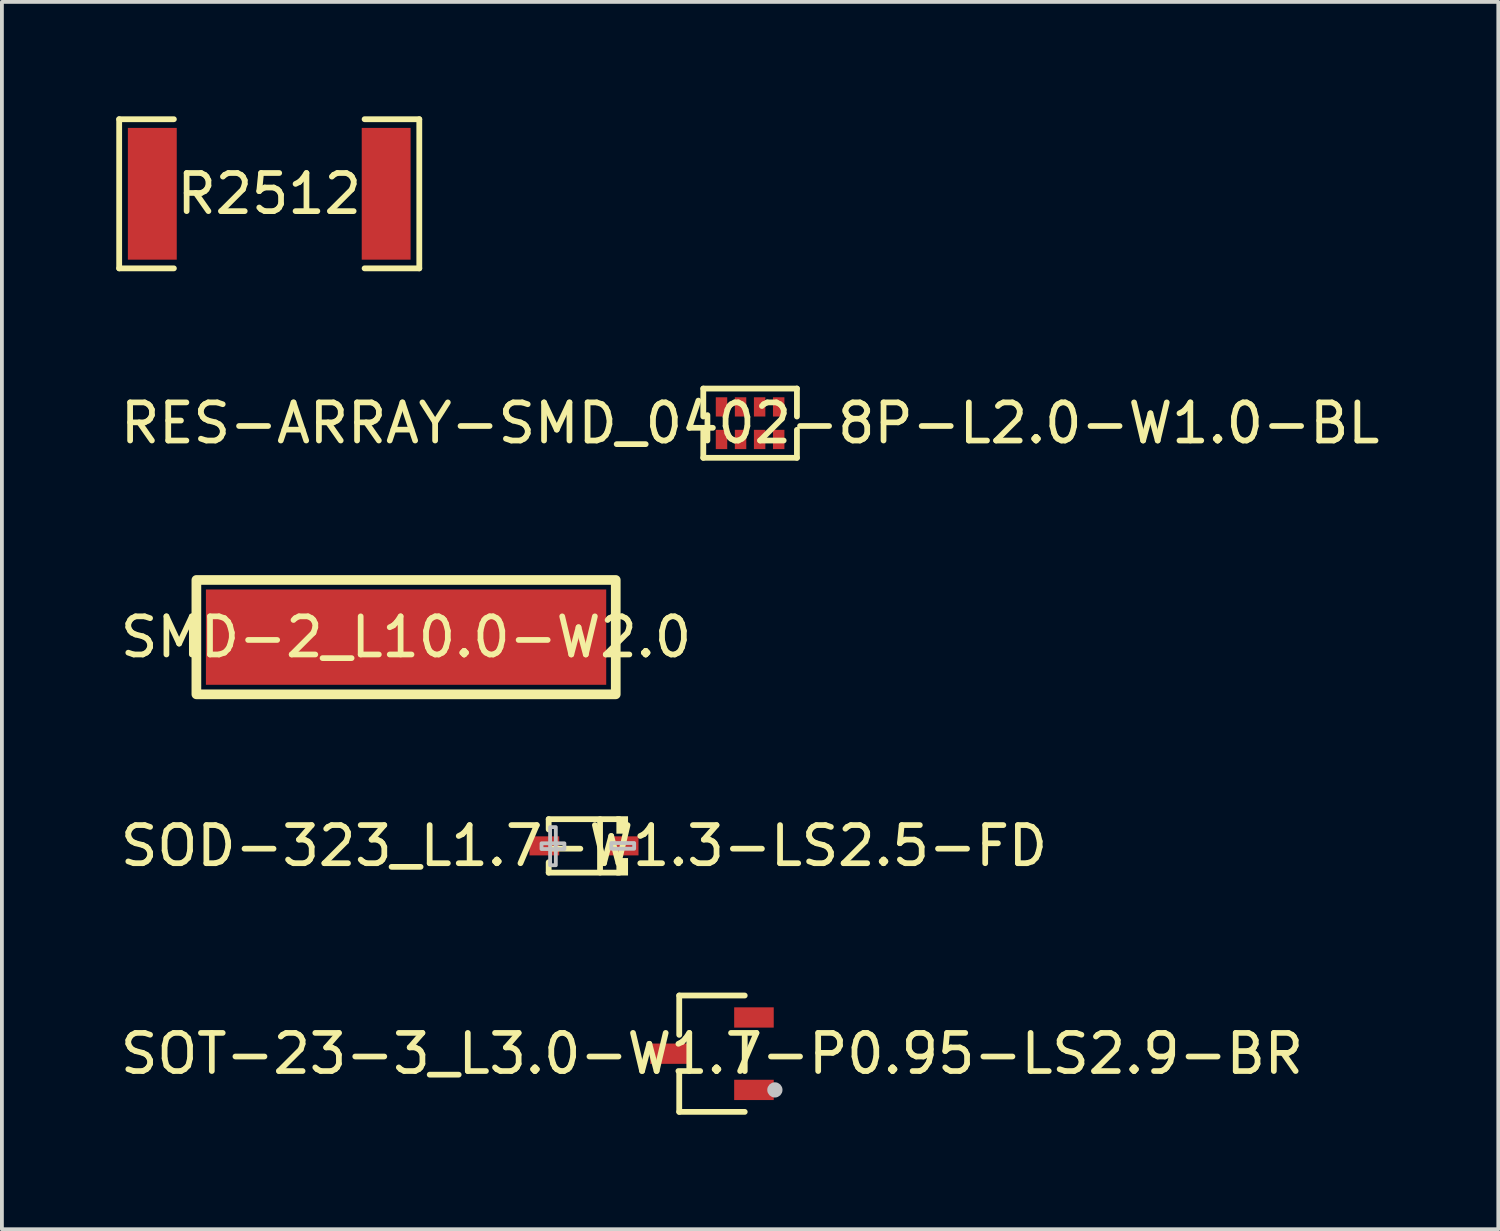
<source format=kicad_pcb>
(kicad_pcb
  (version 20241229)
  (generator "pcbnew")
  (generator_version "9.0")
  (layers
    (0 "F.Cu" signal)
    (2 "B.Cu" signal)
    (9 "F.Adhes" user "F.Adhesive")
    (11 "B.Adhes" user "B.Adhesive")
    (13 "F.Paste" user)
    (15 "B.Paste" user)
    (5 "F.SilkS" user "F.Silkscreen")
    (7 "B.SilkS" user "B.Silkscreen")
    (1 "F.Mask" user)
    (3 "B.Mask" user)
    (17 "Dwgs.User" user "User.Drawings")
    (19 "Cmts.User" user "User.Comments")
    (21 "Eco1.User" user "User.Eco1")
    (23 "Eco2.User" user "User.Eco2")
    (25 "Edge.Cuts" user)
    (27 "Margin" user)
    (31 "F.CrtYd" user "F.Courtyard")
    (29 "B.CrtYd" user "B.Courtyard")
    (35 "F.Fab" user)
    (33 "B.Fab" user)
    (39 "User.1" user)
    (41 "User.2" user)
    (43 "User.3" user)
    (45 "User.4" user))
  (footprint "SOT-23-3_L3.0-W1.7-P0.95-LS2.9-BR"
    (layer "F.Cu")
    (at 15.625 24.588)
    (property "Reference" "SOT-23-3_L3.0-W1.7-P0.95-LS2.9-BR" (at 0 0 0) (layer "F.SilkS") (effects (font (size 1 1) (thickness 0.15))))
    (fp_line (start -0.859 -1.526) (end -0.859 -0.494) (stroke (width 0.152) (type default)) (layer "F.SilkS"))
    (fp_line (start -0.859 1.526) (end -0.859 0.494) (stroke (width 0.152) (type default)) (layer "F.SilkS"))
    (fp_line (start 0.859 -1.526) (end -0.859 -1.526) (stroke (width 0.152) (type default)) (layer "F.SilkS"))
    (fp_line (start 0.859 -0.456) (end 0.859 0.456) (stroke (width 0.152) (type default)) (layer "F.SilkS"))
    (fp_line (start 0.859 1.526) (end -0.859 1.526) (stroke (width 0.152) (type default)) (layer "F.SilkS"))
    (fp_circle (center 1.65 0.95) (end 1.75 0.95) (stroke (width 0.2) (type default)) (fill no) (layer "Dwgs.User"))
    (fp_poly (pts (xy -1.425 0.188) (xy -1.425 -0.188) (xy -1 -0.188) (xy -1 0.188)) (stroke (width 0.1) (type default)) (fill no) (layer "User.1"))
    (fp_poly (pts (xy -1.01 0.188) (xy -1.01 -0.188) (xy -0.815 -0.188) (xy -0.815 0.188)) (stroke (width 0.1) (type default)) (fill no) (layer "User.1"))
    (fp_poly (pts (xy 0.815 -0.762) (xy 0.815 -1.137) (xy 1.01 -1.137) (xy 1.01 -0.762)) (stroke (width 0.1) (type default)) (fill no) (layer "User.1"))
    (fp_poly (pts (xy 0.815 1.137) (xy 0.815 0.762) (xy 1.01 0.762) (xy 1.01 1.137)) (stroke (width 0.1) (type default)) (fill no) (layer "User.1"))
    (fp_poly (pts (xy 1 -0.762) (xy 1 -1.137) (xy 1.425 -1.137) (xy 1.425 -0.762)) (stroke (width 0.1) (type default)) (fill no) (layer "User.1"))
    (fp_poly (pts (xy 1 1.137) (xy 1 0.762) (xy 1.425 0.762) (xy 1.425 1.137)) (stroke (width 0.1) (type default)) (fill no) (layer "User.1"))
    (fp_line (start -0.85 -1.5) (end 0.85 -1.5) (stroke (width 0.051) (type default)) (layer "User.2"))
    (fp_line (start -0.85 1.5) (end -0.85 -1.5) (stroke (width 0.051) (type default)) (layer "User.2"))
    (fp_line (start 0.85 -1.5) (end 0.85 1.5) (stroke (width 0.051) (type default)) (layer "User.2"))
    (fp_line (start 0.85 1.5) (end -0.85 1.5) (stroke (width 0.051) (type default)) (layer "User.2"))
    (fp_poly (pts (xy 1.48 1.477) (xy 1.448 1.445) (xy 1.402 1.445) (xy 1.37 1.477) (xy 1.37 1.523) (xy 1.402 1.555) (xy 1.448 1.555) (xy 1.48 1.523)) (stroke (width 0.1) (type default)) (fill no) (layer "User.3"))
    (pad "1" smd rect (at 1.101 0.95) (size 1.038 0.532) (layers "F.Cu" "F.Mask" "F.Paste"))
    (pad "2" smd rect (at 1.101 -0.95) (size 1.038 0.532) (layers "F.Cu" "F.Mask" "F.Paste"))
    (pad "3" smd rect (at -1.101 0) (size 1.038 0.532) (layers "F.Cu" "F.Mask" "F.Paste")))
  (footprint "SMD-2_L10.0-W2.0"
    (layer "F.Cu")
    (at 7.601 13.662)
    (property "Reference" "SMD-2_L10.0-W2.0" (at 0 0 0) (layer "F.SilkS") (effects (font (size 1 1) (thickness 0.15))))
    (fp_rect (start -5.5 -1.5) (end 5.5 1.5) (stroke (width 0.254) (type default)) (fill no) (layer "F.SilkS"))
    (fp_poly (pts (xy -5 -1) (xy 5 -1) (xy 5 1) (xy -5 1)) (stroke (width 0.1) (type default)) (fill no) (layer "User.1"))
    (fp_line (start -5 -1) (end 5 -1) (stroke (width 0.051) (type default)) (layer "User.2"))
    (fp_line (start -5 1) (end -5 -1) (stroke (width 0.051) (type default)) (layer "User.2"))
    (fp_line (start 5 -1) (end 5 1) (stroke (width 0.051) (type default)) (layer "User.2"))
    (fp_line (start 5 1) (end -5 1) (stroke (width 0.051) (type default)) (layer "User.2"))
    (fp_poly (pts (xy 5.055 -1.023) (xy 5.023 -1.055) (xy 4.977 -1.055) (xy 4.945 -1.023) (xy 4.945 -0.977) (xy 4.977 -0.945) (xy 5.023 -0.945) (xy 5.055 -0.977)) (stroke (width 0.1) (type default)) (fill no) (layer "User.3"))
    (pad "1" smd rect (at 0 0) (size 10.5 2.5) (layers "F.Cu" "F.Mask" "F.Paste")))
  (footprint "RES-ARRAY-SMD_0402-8P-L2.0-W1.0-BL"
    (layer "F.Cu")
    (at 16.625 8.05)
    (property "Reference" "RES-ARRAY-SMD_0402-8P-L2.0-W1.0-BL" (at 0 0 0) (layer "F.SilkS") (effects (font (size 1 1) (thickness 0.15))))
    (fp_line (start -1.228 -0.908) (end 1.228 -0.908) (stroke (width 0.152) (type default)) (layer "F.SilkS"))
    (fp_line (start -1.228 -0.175) (end -1.228 -0.908) (stroke (width 0.152) (type default)) (layer "F.SilkS"))
    (fp_line (start -1.228 0.175) (end -1.228 0.908) (stroke (width 0.152) (type default)) (layer "F.SilkS"))
    (fp_line (start -1.228 0.908) (end 1.228 0.908) (stroke (width 0.152) (type default)) (layer "F.SilkS"))
    (fp_line (start 1.228 -0.908) (end 1.228 -0.175) (stroke (width 0.152) (type default)) (layer "F.SilkS"))
    (fp_line (start 1.228 0.908) (end 1.228 0.175) (stroke (width 0.152) (type default)) (layer "F.SilkS"))
    (fp_poly (pts (xy -0.9 -0.5) (xy -0.9 -0.2) (xy -0.6 -0.2) (xy -0.6 -0.5)) (stroke (width 0.1) (type default)) (fill no) (layer "User.1"))
    (fp_poly (pts (xy -0.9 0.5) (xy -0.9 0.2) (xy -0.6 0.2) (xy -0.6 0.5)) (stroke (width 0.1) (type default)) (fill no) (layer "User.1"))
    (fp_poly (pts (xy -0.4 -0.5) (xy -0.4 -0.2) (xy -0.1 -0.2) (xy -0.1 -0.5)) (stroke (width 0.1) (type default)) (fill no) (layer "User.1"))
    (fp_poly (pts (xy -0.4 0.5) (xy -0.4 0.2) (xy -0.1 0.2) (xy -0.1 0.5)) (stroke (width 0.1) (type default)) (fill no) (layer "User.1"))
    (fp_poly (pts (xy 0.1 -0.5) (xy 0.1 -0.2) (xy 0.4 -0.2) (xy 0.4 -0.5)) (stroke (width 0.1) (type default)) (fill no) (layer "User.1"))
    (fp_poly (pts (xy 0.1 0.5) (xy 0.1 0.2) (xy 0.4 0.2) (xy 0.4 0.5)) (stroke (width 0.1) (type default)) (fill no) (layer "User.1"))
    (fp_poly (pts (xy 0.6 -0.5) (xy 0.6 -0.2) (xy 0.9 -0.2) (xy 0.9 -0.5)) (stroke (width 0.1) (type default)) (fill no) (layer "User.1"))
    (fp_poly (pts (xy 0.6 0.5) (xy 0.6 0.2) (xy 0.9 0.2) (xy 0.9 0.5)) (stroke (width 0.1) (type default)) (fill no) (layer "User.1"))
    (fp_line (start -1 -0.5) (end -1 0.5) (stroke (width 0.051) (type default)) (layer "User.2"))
    (fp_line (start -1 0.5) (end 1 0.5) (stroke (width 0.051) (type default)) (layer "User.2"))
    (fp_line (start 1 -0.5) (end -1 -0.5) (stroke (width 0.051) (type default)) (layer "User.2"))
    (fp_line (start 1 0.5) (end 1 -0.5) (stroke (width 0.051) (type default)) (layer "User.2"))
    (fp_poly (pts (xy -0.945 -0.523) (xy -0.977 -0.555) (xy -1.023 -0.555) (xy -1.055 -0.523) (xy -1.055 -0.477) (xy -1.023 -0.445) (xy -0.977 -0.445) (xy -0.945 -0.477)) (stroke (width 0.1) (type default)) (fill no) (layer "User.3"))
    (pad "1" smd rect (at -0.75 -0.427 180) (size 0.3 0.505) (layers "F.Cu" "F.Mask" "F.Paste"))
    (pad "2" smd rect (at -0.25 -0.427 180) (size 0.3 0.505) (layers "F.Cu" "F.Mask" "F.Paste"))
    (pad "3" smd rect (at 0.25 -0.427 180) (size 0.3 0.505) (layers "F.Cu" "F.Mask" "F.Paste"))
    (pad "4" smd rect (at 0.75 -0.427 180) (size 0.3 0.505) (layers "F.Cu" "F.Mask" "F.Paste"))
    (pad "5" smd rect (at 0.75 0.427 180) (size 0.3 0.505) (layers "F.Cu" "F.Mask" "F.Paste"))
    (pad "6" smd rect (at 0.25 0.427 180) (size 0.3 0.505) (layers "F.Cu" "F.Mask" "F.Paste"))
    (pad "7" smd rect (at -0.25 0.427 180) (size 0.3 0.505) (layers "F.Cu" "F.Mask" "F.Paste"))
    (pad "8" smd rect (at -0.75 0.427 180) (size 0.3 0.505) (layers "F.Cu" "F.Mask" "F.Paste")))
  (footprint "R2512"
    (layer "F.Cu")
    (at 4.012 2.033)
    (property "Reference" "R2512" (at 0 0 0) (layer "F.SilkS") (effects (font (size 1 1) (thickness 0.15))))
    (fp_line (start -3.936 -1.956) (end -2.501 -1.956) (stroke (width 0.152) (type default)) (layer "F.SilkS"))
    (fp_line (start -3.936 1.956) (end -3.936 -1.956) (stroke (width 0.152) (type default)) (layer "F.SilkS"))
    (fp_line (start -2.501 1.956) (end -3.936 1.956) (stroke (width 0.152) (type default)) (layer "F.SilkS"))
    (fp_line (start 2.501 1.956) (end 3.936 1.956) (stroke (width 0.152) (type default)) (layer "F.SilkS"))
    (fp_line (start 3.936 -1.956) (end 2.501 -1.956) (stroke (width 0.152) (type default)) (layer "F.SilkS"))
    (fp_line (start 3.936 1.956) (end 3.936 -1.956) (stroke (width 0.152) (type default)) (layer "F.SilkS"))
    (fp_poly (pts (xy -2.425 1.628) (xy -2.425 0.688) (xy -2.525 0.588) (xy -2.761 0.588) (xy -2.861 0.487) (xy -2.861 -0.487) (xy -2.761 -0.588) (xy -2.525 -0.588) (xy -2.425 -0.688) (xy -2.425 -1.628) (xy -2.525 -1.728) (xy -3.607 -1.728) (xy -3.708 -1.628) (xy -3.708 1.628) (xy -3.607 1.728) (xy -2.525 1.728)) (stroke (width 0) (type default)) (fill yes) (layer "F.Paste"))
    (fp_poly (pts (xy 2.425 1.628) (xy 2.425 0.688) (xy 2.525 0.588) (xy 2.761 0.588) (xy 2.861 0.487) (xy 2.861 -0.487) (xy 2.761 -0.588) (xy 2.525 -0.588) (xy 2.425 -0.688) (xy 2.425 -1.628) (xy 2.525 -1.728) (xy 3.607 -1.728) (xy 3.708 -1.628) (xy 3.708 1.628) (xy 3.607 1.728) (xy 2.525 1.728)) (stroke (width 0) (type default)) (fill yes) (layer "F.Paste"))
    (fp_poly (pts (xy -3.15 1.6) (xy -3.15 -1.6) (xy -2.55 -1.6) (xy -2.55 1.6)) (stroke (width 0.1) (type default)) (fill no) (layer "User.1"))
    (fp_poly (pts (xy 2.55 1.6) (xy 2.55 -1.6) (xy 3.15 -1.6) (xy 3.15 1.6)) (stroke (width 0.1) (type default)) (fill no) (layer "User.1"))
    (fp_line (start -3.15 -1.6) (end 3.15 -1.6) (stroke (width 0.051) (type default)) (layer "User.2"))
    (fp_line (start -3.15 1.6) (end -3.15 -1.6) (stroke (width 0.051) (type default)) (layer "User.2"))
    (fp_line (start 3.15 -1.6) (end 3.15 1.6) (stroke (width 0.051) (type default)) (layer "User.2"))
    (fp_line (start 3.15 1.6) (end -3.15 1.6) (stroke (width 0.051) (type default)) (layer "User.2"))
    (fp_poly (pts (xy -3.12 1.577) (xy -3.152 1.545) (xy -3.198 1.545) (xy -3.23 1.577) (xy -3.23 1.623) (xy -3.198 1.655) (xy -3.152 1.655) (xy -3.12 1.623)) (stroke (width 0.1) (type default)) (fill no) (layer "User.3"))
    (pad "1" smd rect (at -3.067 0) (size 1.282 3.456) (layers "F.Cu" "F.Mask" "F.Paste"))
    (pad "2" smd rect (at 3.067 0) (size 1.282 3.456) (layers "F.Cu" "F.Mask" "F.Paste")))
  (footprint "SOD-323_L1.7-W1.3-LS2.5-FD"
    (layer "F.Cu")
    (at 12.268 19.137)
    (property "Reference" "SOD-323_L1.7-W1.3-LS2.5-FD" (at 0 0 0) (layer "F.SilkS") (effects (font (size 1 1) (thickness 0.15))))
    (fp_line (start -0.926 -0.701) (end -0.926 -0.43) (stroke (width 0.152) (type default)) (layer "F.SilkS"))
    (fp_line (start -0.926 -0.701) (end 0.926 -0.701) (stroke (width 0.152) (type default)) (layer "F.SilkS"))
    (fp_line (start -0.926 0.43) (end -0.926 0.702) (stroke (width 0.152) (type default)) (layer "F.SilkS"))
    (fp_line (start -0.926 0.702) (end 0.926 0.702) (stroke (width 0.152) (type default)) (layer "F.SilkS"))
    (fp_line (start 0.421 -0.701) (end 0.421 0.701) (stroke (width 0.152) (type default)) (layer "F.SilkS"))
    (fp_poly (pts (xy 0.85 -0.32) (xy 1.155 -0.32) (xy 1.155 -0.777) (xy 0.85 -0.777)) (stroke (width 0) (type default)) (fill yes) (layer "F.SilkS"))
    (fp_poly (pts (xy 0.85 0.32) (xy 1.155 0.32) (xy 1.155 0.777) (xy 0.85 0.777)) (stroke (width 0) (type default)) (fill yes) (layer "F.SilkS"))
    (fp_poly (pts (xy -1.114 0.083) (xy -1.114 -0.067) (xy -0.514 -0.067) (xy -0.514 0.083)) (stroke (width 0.1) (type default)) (fill no) (layer "Dwgs.User"))
    (fp_poly (pts (xy -0.889 0.508) (xy -0.889 -0.492) (xy -0.739 -0.492) (xy -0.739 0.508)) (stroke (width 0.1) (type default)) (fill no) (layer "Dwgs.User"))
    (fp_poly (pts (xy 1.316 0.075) (xy 1.316 -0.075) (xy 0.716 -0.075) (xy 0.716 0.075)) (stroke (width 0.1) (type default)) (fill no) (layer "Dwgs.User"))
    (fp_poly (pts (xy -1.25 0.16) (xy -0.95 0.16) (xy -0.95 -0.16) (xy -1.25 -0.16)) (stroke (width 0.1) (type default)) (fill no) (layer "User.1"))
    (fp_poly (pts (xy -0.96 0.16) (xy -0.84 0.16) (xy -0.84 -0.16) (xy -0.96 -0.16)) (stroke (width 0.1) (type default)) (fill no) (layer "User.1"))
    (fp_poly (pts (xy 0.96 0.16) (xy 0.84 0.16) (xy 0.84 -0.16) (xy 0.96 -0.16)) (stroke (width 0.1) (type default)) (fill no) (layer "User.1"))
    (fp_poly (pts (xy 1.25 0.16) (xy 0.95 0.16) (xy 0.95 -0.16) (xy 1.25 -0.16)) (stroke (width 0.1) (type default)) (fill no) (layer "User.1"))
    (fp_line (start -0.85 -0.625) (end -0.85 0.625) (stroke (width 0.051) (type default)) (layer "User.2"))
    (fp_line (start -0.85 0.625) (end 0.85 0.625) (stroke (width 0.051) (type default)) (layer "User.2"))
    (fp_line (start 0.85 -0.625) (end -0.85 -0.625) (stroke (width 0.051) (type default)) (layer "User.2"))
    (fp_line (start 0.85 0.625) (end 0.85 -0.625) (stroke (width 0.051) (type default)) (layer "User.2"))
    (fp_poly (pts (xy -1.195 0.602) (xy -1.227 0.57) (xy -1.273 0.57) (xy -1.305 0.602) (xy -1.305 0.648) (xy -1.273 0.68) (xy -1.227 0.68) (xy -1.195 0.648)) (stroke (width 0.1) (type default)) (fill no) (layer "User.3"))
    (pad "1" smd rect (at -1.04 0) (size 0.78 0.5) (layers "F.Cu" "F.Mask" "F.Paste"))
    (pad "2" smd rect (at 1.04 0) (size 0.78 0.5) (layers "F.Cu" "F.Mask" "F.Paste")))
  (gr_rect
    (start -3 -3)
    (end 36.25 29.193)
    (stroke (width 0.1) (type default))
    (fill no)
    (layer "Edge.Cuts")))
</source>
